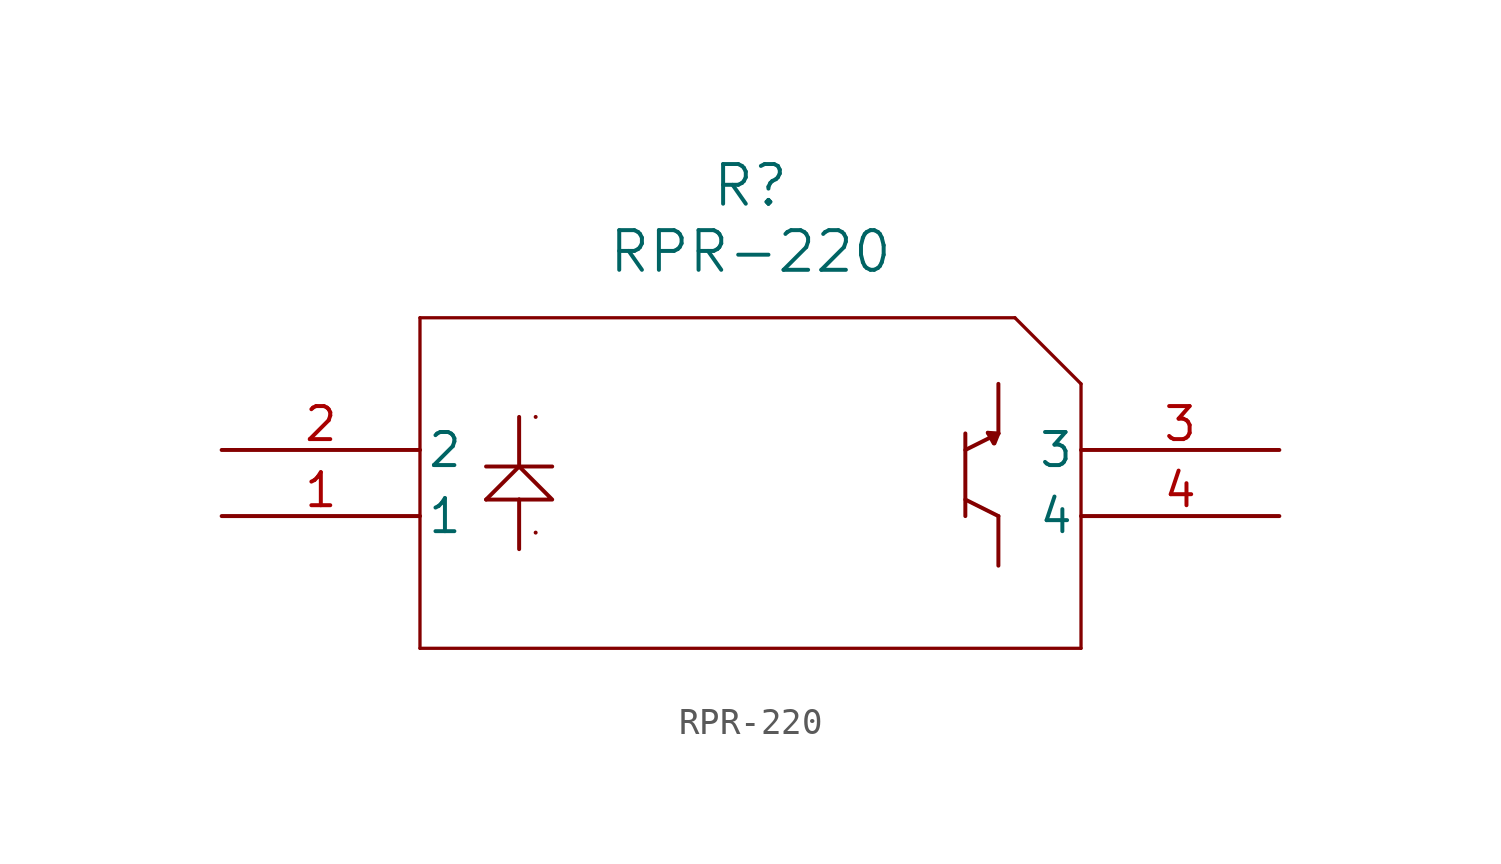
<source format=kicad_sym>
(kicad_symbol_lib
  (version 20220914)
  (generator kicad_symbol_editor)
  (symbol "RPR-220"
    (pin_names
      (offset 0.254))
    (property "Reference" "R"
      (at 20.32 10.16 0)
      (effects (font (size 1.524 1.524))))
    (property "Value" "RPR-220"
      (at 20.32 7.62 0)
      (effects (font (size 1.524 1.524))))
    (property "ki_locked" ""
      (at 0 0 0)
      (effects (font (size 1.27 1.27))))
    (symbol "RPR-220_0_1"
      (polyline (pts (xy 7.62 -7.62) (xy 33.02 -7.62)) (stroke (width 0.127) (type default)) (fill (type none)))
      (polyline (pts (xy 7.62 5.08) (xy 7.62 -7.62)) (stroke (width 0.127) (type default)) (fill (type none)))
      (polyline (pts (xy 30.48 5.08) (xy 7.62 5.08)) (stroke (width 0.127) (type default)) (fill (type none)))
      (polyline (pts (xy 33.02 -7.62) (xy 33.02 2.54)) (stroke (width 0.127) (type default)) (fill (type none)))
      (polyline (pts (xy 33.02 2.54) (xy 30.48 5.08)) (stroke (width 0.127) (type default)) (fill (type none)))
      (pin unspecified line (at 40.64 0 180) (length 7.62) (name "3" (effects (font (size 1.27 1.27)))) (number "3" (effects (font (size 1.27 1.27)))))
      (pin unspecified line (at 40.64 -2.54 180) (length 7.62) (name "4" (effects (font (size 1.27 1.27)))) (number "4" (effects (font (size 1.27 1.27))))))
    (symbol "RPR-220_1_1"
      (polyline (pts (xy 11.43 -1.905) (xy 10.16 -1.905)) (stroke (width 0) (type default)) (fill (type none)))
      (polyline (pts (xy 11.43 -1.905) (xy 11.43 -3.81)) (stroke (width 0) (type default)) (fill (type none)))
      (polyline (pts (xy 11.43 -0.635) (xy 11.43 1.27)) (stroke (width 0) (type default)) (fill (type none)))
      (polyline (pts (xy 12.065 -3.175) (xy 12.065 -3.175)) (stroke (width 0) (type default)) (fill (type none)))
      (polyline (pts (xy 12.065 1.27) (xy 12.065 1.27)) (stroke (width 0) (type default)) (fill (type none)))
      (polyline (pts (xy 12.7 -0.635) (xy 10.16 -0.635)) (stroke (width 0) (type default)) (fill (type none)))
      (polyline (pts (xy 28.575 -1.905) (xy 29.845 -2.54)) (stroke (width 0) (type default)) (fill (type none)))
      (polyline (pts (xy 28.575 0) (xy 29.845 0.635)) (stroke (width 0) (type default)) (fill (type none)))
      (polyline (pts (xy 28.575 0.635) (xy 28.575 -2.54)) (stroke (width 0) (type default)) (fill (type none)))
      (polyline (pts (xy 29.439 0.66) (xy 29.667 0.254)) (stroke (width 0) (type default)) (fill (type none)))
      (polyline (pts (xy 29.566 0.61) (xy 29.693 0.381)) (stroke (width 0) (type default)) (fill (type none)))
      (polyline (pts (xy 29.845 -2.54) (xy 29.845 -4.445)) (stroke (width 0) (type default)) (fill (type none)))
      (polyline (pts (xy 29.845 0.635) (xy 29.439 0.66)) (stroke (width 0) (type default)) (fill (type none)))
      (polyline (pts (xy 29.845 0.635) (xy 29.693 0.254)) (stroke (width 0) (type default)) (fill (type none)))
      (polyline (pts (xy 29.845 2.54) (xy 29.845 0.635)) (stroke (width 0) (type default)) (fill (type none)))
      (polyline (pts (xy 11.43 -1.905) (xy 12.7 -1.905) (xy 11.43 -0.635) (xy 10.16 -1.905)) (stroke (width 0) (type default)) (fill (type none)))
      (pin unspecified line (at 0 -2.54 0) (length 7.62) (name "1" (effects (font (size 1.27 1.27)))) (number "1" (effects (font (size 1.27 1.27)))))
      (pin unspecified line (at 0 0 0) (length 7.62) (name "2" (effects (font (size 1.27 1.27)))) (number "2" (effects (font (size 1.27 1.27))))))))
</source>
